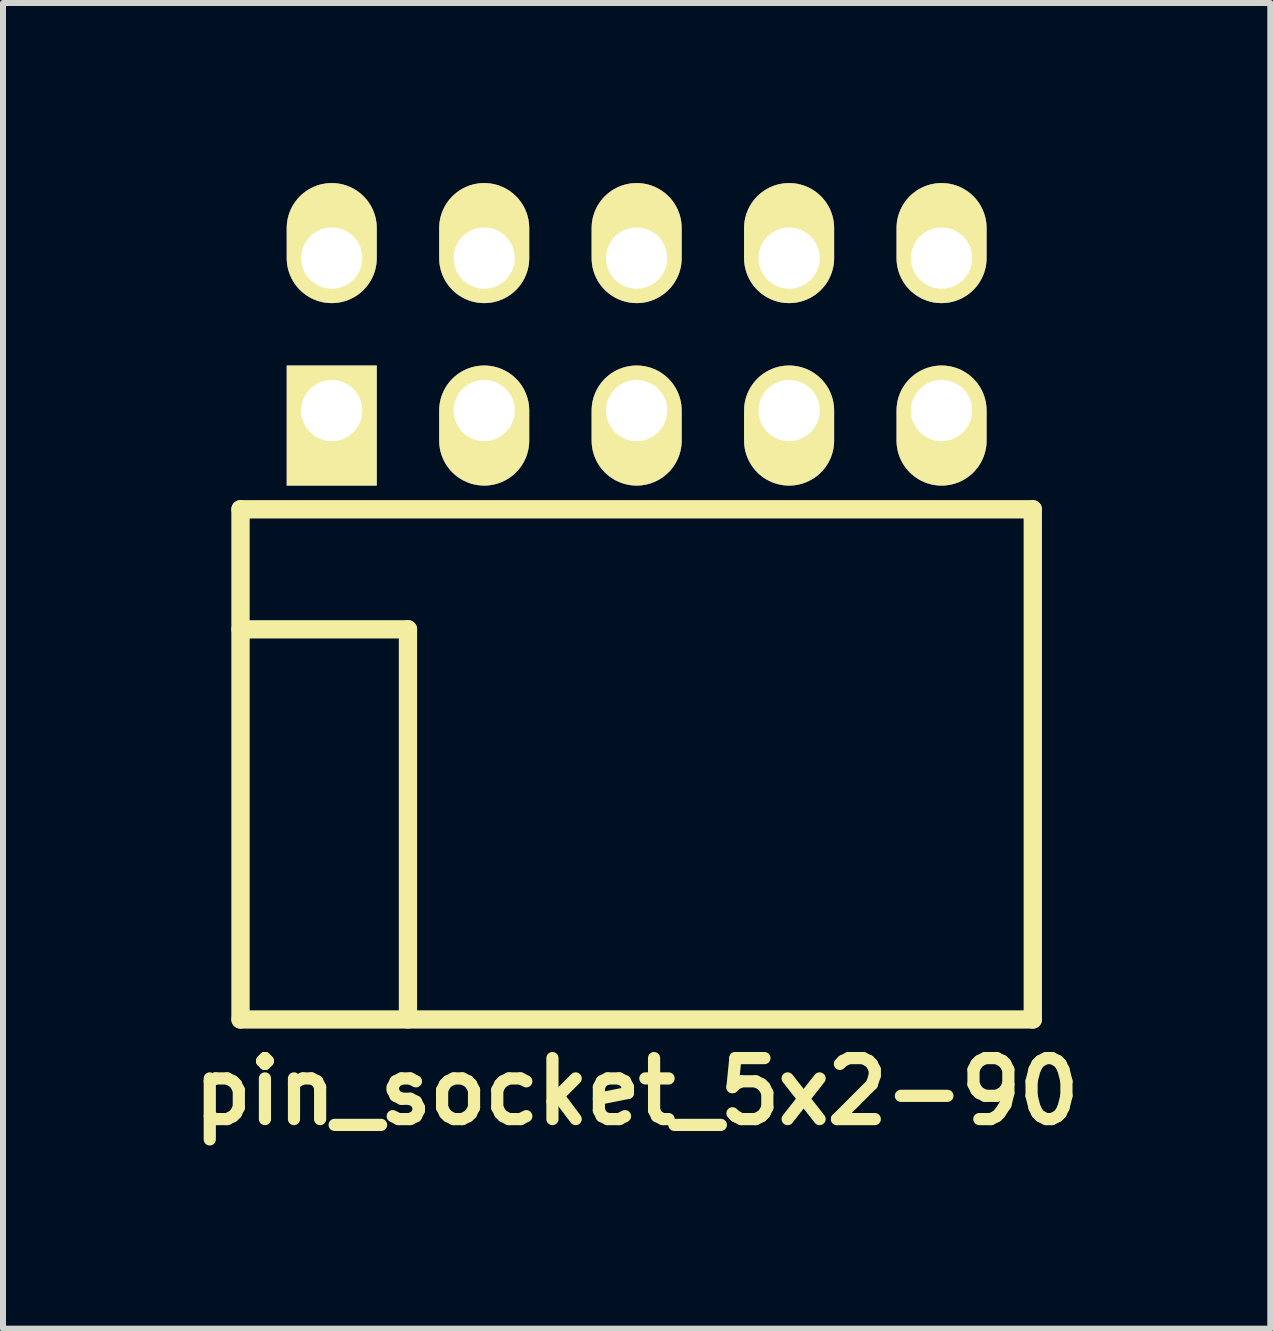
<source format=kicad_pcb>
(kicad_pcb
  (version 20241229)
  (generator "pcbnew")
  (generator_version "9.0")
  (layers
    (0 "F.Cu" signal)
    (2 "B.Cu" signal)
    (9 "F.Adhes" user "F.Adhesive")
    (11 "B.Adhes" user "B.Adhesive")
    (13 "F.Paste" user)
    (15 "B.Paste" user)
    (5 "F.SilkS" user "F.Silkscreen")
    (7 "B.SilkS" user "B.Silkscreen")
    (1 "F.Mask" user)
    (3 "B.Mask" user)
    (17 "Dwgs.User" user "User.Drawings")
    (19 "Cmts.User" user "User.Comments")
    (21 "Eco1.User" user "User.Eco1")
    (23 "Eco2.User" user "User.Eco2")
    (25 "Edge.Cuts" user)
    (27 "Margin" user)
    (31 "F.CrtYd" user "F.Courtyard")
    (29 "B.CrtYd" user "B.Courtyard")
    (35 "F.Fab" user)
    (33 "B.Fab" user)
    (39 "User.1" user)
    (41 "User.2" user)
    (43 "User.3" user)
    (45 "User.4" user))
  (footprint "pin_socket_5x2-90"
    (layer "F.Cu")
    (at 7.557 7.435)
    (property "Reference" "pin_socket_5x2-90" (at 0 7.7 0) (layer "F.SilkS") (effects (font (size 1.016 1.016) (thickness 0.203))))
    (attr through_hole)
    (fp_line (start -6.6 -2) (end -6.6 6.5) (stroke (width 0.305) (type solid)) (layer "F.SilkS"))
    (fp_line (start -6.6 -2) (end 6.6 -2) (stroke (width 0.305) (type solid)) (layer "F.SilkS"))
    (fp_line (start -6.6 0) (end -3.81 0) (stroke (width 0.305) (type solid)) (layer "F.SilkS"))
    (fp_line (start -6.6 6.5) (end 6.6 6.5) (stroke (width 0.305) (type solid)) (layer "F.SilkS"))
    (fp_line (start -3.81 0) (end -3.81 6.5) (stroke (width 0.305) (type solid)) (layer "F.SilkS"))
    (fp_line (start 6.6 -2) (end 6.6 6.5) (stroke (width 0.305) (type solid)) (layer "F.SilkS"))
    (pad "1" thru_hole rect (at -5.08 -3.645) (size 1.5 2) (drill 1.02 (offset 0 0.25)) (layers "*.Cu" "*.Mask" "F.SilkS"))
    (pad "2" thru_hole oval (at -5.08 -6.185) (size 1.5 2) (drill 1.02 (offset 0 -0.25)) (layers "*.Cu" "*.Mask" "F.SilkS"))
    (pad "3" thru_hole oval (at -2.54 -3.645) (size 1.5 2) (drill 1.02 (offset 0 0.25)) (layers "*.Cu" "*.Mask" "F.SilkS"))
    (pad "4" thru_hole oval (at -2.54 -6.185) (size 1.5 2) (drill 1.02 (offset 0 -0.25)) (layers "*.Cu" "*.Mask" "F.SilkS"))
    (pad "5" thru_hole oval (at 0 -3.645) (size 1.5 2) (drill 1.02 (offset 0 0.25)) (layers "*.Cu" "*.Mask" "F.SilkS"))
    (pad "6" thru_hole oval (at 0 -6.185) (size 1.5 2) (drill 1.02 (offset 0 -0.25)) (layers "*.Cu" "*.Mask" "F.SilkS"))
    (pad "7" thru_hole oval (at 2.54 -3.645) (size 1.5 2) (drill 1.02 (offset 0 0.25)) (layers "*.Cu" "*.Mask" "F.SilkS"))
    (pad "8" thru_hole oval (at 2.54 -6.185) (size 1.5 2) (drill 1.02 (offset 0 -0.25)) (layers "*.Cu" "*.Mask" "F.SilkS"))
    (pad "9" thru_hole oval (at 5.08 -3.645) (size 1.5 2) (drill 1.02 (offset 0 0.25)) (layers "*.Cu" "*.Mask" "F.SilkS"))
    (pad "10" thru_hole oval (at 5.08 -6.185) (size 1.5 2) (drill 1.02 (offset 0 -0.25)) (layers "*.Cu" "*.Mask" "F.SilkS")))
  (gr_rect
    (start -3 -3)
    (end 18.114 19.086)
    (stroke (width 0.1) (type default))
    (fill no)
    (layer "Edge.Cuts")))
</source>
